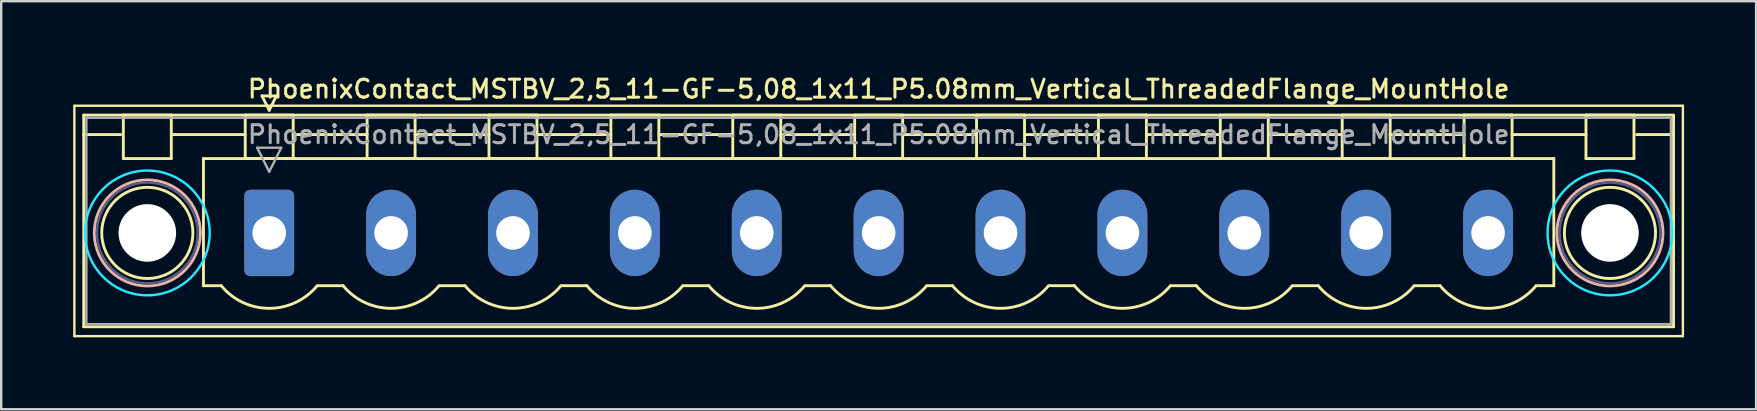
<source format=kicad_pcb>
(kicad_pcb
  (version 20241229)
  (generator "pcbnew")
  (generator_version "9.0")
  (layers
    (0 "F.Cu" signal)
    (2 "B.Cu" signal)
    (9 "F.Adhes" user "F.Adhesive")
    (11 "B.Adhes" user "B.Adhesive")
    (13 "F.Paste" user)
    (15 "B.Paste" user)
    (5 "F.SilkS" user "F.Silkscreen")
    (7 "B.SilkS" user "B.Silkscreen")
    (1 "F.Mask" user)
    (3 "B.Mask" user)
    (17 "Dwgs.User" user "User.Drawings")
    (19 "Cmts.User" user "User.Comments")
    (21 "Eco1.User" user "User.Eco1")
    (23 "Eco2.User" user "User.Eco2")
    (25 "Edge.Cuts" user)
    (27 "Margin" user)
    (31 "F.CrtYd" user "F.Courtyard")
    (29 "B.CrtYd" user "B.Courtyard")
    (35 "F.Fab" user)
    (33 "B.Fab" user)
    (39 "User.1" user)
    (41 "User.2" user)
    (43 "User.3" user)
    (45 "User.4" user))
  (footprint "PhoenixContact_MSTBV_2,5_11-GF-5,08_1x11_P5.08mm_Vertical_ThreadedFlange_MountHole"
    (layer "F.Cu")
    (at 8.17 6.658)
    (property "Reference" "PhoenixContact_MSTBV_2,5_11-GF-5,08_1x11_P5.08mm_Vertical_ThreadedFlange_MountHole" (at 25.4 -6 0) (layer "F.SilkS") (effects (font (size 0.75 0.75) (thickness 0.125))))
    (attr through_hole)
    (fp_line (start -8.12 -5.3) (end -8.12 4.3) (stroke (width 0.1) (type solid)) (layer "F.SilkS"))
    (fp_line (start -8.12 4.3) (end 58.92 4.3) (stroke (width 0.1) (type solid)) (layer "F.SilkS"))
    (fp_line (start -7.73 -4.91) (end -7.73 3.91) (stroke (width 0.12) (type solid)) (layer "F.SilkS"))
    (fp_line (start -7.73 -4.1) (end -6.19 -4.1) (stroke (width 0.12) (type solid)) (layer "F.SilkS"))
    (fp_line (start -7.73 3.91) (end 58.53 3.91) (stroke (width 0.12) (type solid)) (layer "F.SilkS"))
    (fp_line (start -6.08 -4.91) (end -4.08 -4.91) (stroke (width 0.12) (type solid)) (layer "F.SilkS"))
    (fp_line (start -6.08 -3.1) (end -6.08 -4.91) (stroke (width 0.12) (type solid)) (layer "F.SilkS"))
    (fp_line (start -4.08 -4.91) (end -4.08 -3.1) (stroke (width 0.12) (type solid)) (layer "F.SilkS"))
    (fp_line (start -4.08 -4.1) (end -1 -4.1) (stroke (width 0.12) (type solid)) (layer "F.SilkS"))
    (fp_line (start -4.08 -3.1) (end -6.08 -3.1) (stroke (width 0.12) (type solid)) (layer "F.SilkS"))
    (fp_line (start -2.74 -3.1) (end 53.54 -3.1) (stroke (width 0.12) (type solid)) (layer "F.SilkS"))
    (fp_line (start -2.74 2.2) (end -2.74 -3.1) (stroke (width 0.12) (type solid)) (layer "F.SilkS"))
    (fp_line (start -2 2.2) (end -2.74 2.2) (stroke (width 0.12) (type solid)) (layer "F.SilkS"))
    (fp_line (start -1 -4.91) (end 1 -4.91) (stroke (width 0.12) (type solid)) (layer "F.SilkS"))
    (fp_line (start -1 -3.1) (end -1 -4.91) (stroke (width 0.12) (type solid)) (layer "F.SilkS"))
    (fp_line (start -0.3 -5.71) (end 0.3 -5.71) (stroke (width 0.12) (type solid)) (layer "F.SilkS"))
    (fp_line (start 0 -5.11) (end -0.3 -5.71) (stroke (width 0.12) (type solid)) (layer "F.SilkS"))
    (fp_line (start 0.3 -5.71) (end 0 -5.11) (stroke (width 0.12) (type solid)) (layer "F.SilkS"))
    (fp_line (start 1 -4.91) (end 1 -3.1) (stroke (width 0.12) (type solid)) (layer "F.SilkS"))
    (fp_line (start 1 -4.1) (end 4.08 -4.1) (stroke (width 0.12) (type solid)) (layer "F.SilkS"))
    (fp_line (start 1 -3.1) (end -1 -3.1) (stroke (width 0.12) (type solid)) (layer "F.SilkS"))
    (fp_line (start 2 2.2) (end 3.08 2.2) (stroke (width 0.12) (type solid)) (layer "F.SilkS"))
    (fp_line (start 4.08 -4.91) (end 6.08 -4.91) (stroke (width 0.12) (type solid)) (layer "F.SilkS"))
    (fp_line (start 4.08 -3.1) (end 4.08 -4.91) (stroke (width 0.12) (type solid)) (layer "F.SilkS"))
    (fp_line (start 6.08 -4.91) (end 6.08 -3.1) (stroke (width 0.12) (type solid)) (layer "F.SilkS"))
    (fp_line (start 6.08 -4.1) (end 9.16 -4.1) (stroke (width 0.12) (type solid)) (layer "F.SilkS"))
    (fp_line (start 6.08 -3.1) (end 4.08 -3.1) (stroke (width 0.12) (type solid)) (layer "F.SilkS"))
    (fp_line (start 7.08 2.2) (end 8.16 2.2) (stroke (width 0.12) (type solid)) (layer "F.SilkS"))
    (fp_line (start 9.16 -4.91) (end 11.16 -4.91) (stroke (width 0.12) (type solid)) (layer "F.SilkS"))
    (fp_line (start 9.16 -3.1) (end 9.16 -4.91) (stroke (width 0.12) (type solid)) (layer "F.SilkS"))
    (fp_line (start 11.16 -4.91) (end 11.16 -3.1) (stroke (width 0.12) (type solid)) (layer "F.SilkS"))
    (fp_line (start 11.16 -4.1) (end 14.24 -4.1) (stroke (width 0.12) (type solid)) (layer "F.SilkS"))
    (fp_line (start 11.16 -3.1) (end 9.16 -3.1) (stroke (width 0.12) (type solid)) (layer "F.SilkS"))
    (fp_line (start 12.16 2.2) (end 13.24 2.2) (stroke (width 0.12) (type solid)) (layer "F.SilkS"))
    (fp_line (start 14.24 -4.91) (end 16.24 -4.91) (stroke (width 0.12) (type solid)) (layer "F.SilkS"))
    (fp_line (start 14.24 -3.1) (end 14.24 -4.91) (stroke (width 0.12) (type solid)) (layer "F.SilkS"))
    (fp_line (start 16.24 -4.91) (end 16.24 -3.1) (stroke (width 0.12) (type solid)) (layer "F.SilkS"))
    (fp_line (start 16.24 -4.1) (end 19.32 -4.1) (stroke (width 0.12) (type solid)) (layer "F.SilkS"))
    (fp_line (start 16.24 -3.1) (end 14.24 -3.1) (stroke (width 0.12) (type solid)) (layer "F.SilkS"))
    (fp_line (start 17.24 2.2) (end 18.32 2.2) (stroke (width 0.12) (type solid)) (layer "F.SilkS"))
    (fp_line (start 19.32 -4.91) (end 21.32 -4.91) (stroke (width 0.12) (type solid)) (layer "F.SilkS"))
    (fp_line (start 19.32 -3.1) (end 19.32 -4.91) (stroke (width 0.12) (type solid)) (layer "F.SilkS"))
    (fp_line (start 21.32 -4.91) (end 21.32 -3.1) (stroke (width 0.12) (type solid)) (layer "F.SilkS"))
    (fp_line (start 21.32 -4.1) (end 24.4 -4.1) (stroke (width 0.12) (type solid)) (layer "F.SilkS"))
    (fp_line (start 21.32 -3.1) (end 19.32 -3.1) (stroke (width 0.12) (type solid)) (layer "F.SilkS"))
    (fp_line (start 22.32 2.2) (end 23.4 2.2) (stroke (width 0.12) (type solid)) (layer "F.SilkS"))
    (fp_line (start 24.4 -4.91) (end 26.4 -4.91) (stroke (width 0.12) (type solid)) (layer "F.SilkS"))
    (fp_line (start 24.4 -3.1) (end 24.4 -4.91) (stroke (width 0.12) (type solid)) (layer "F.SilkS"))
    (fp_line (start 26.4 -4.91) (end 26.4 -3.1) (stroke (width 0.12) (type solid)) (layer "F.SilkS"))
    (fp_line (start 26.4 -4.1) (end 29.48 -4.1) (stroke (width 0.12) (type solid)) (layer "F.SilkS"))
    (fp_line (start 26.4 -3.1) (end 24.4 -3.1) (stroke (width 0.12) (type solid)) (layer "F.SilkS"))
    (fp_line (start 27.4 2.2) (end 28.48 2.2) (stroke (width 0.12) (type solid)) (layer "F.SilkS"))
    (fp_line (start 29.48 -4.91) (end 31.48 -4.91) (stroke (width 0.12) (type solid)) (layer "F.SilkS"))
    (fp_line (start 29.48 -3.1) (end 29.48 -4.91) (stroke (width 0.12) (type solid)) (layer "F.SilkS"))
    (fp_line (start 31.48 -4.91) (end 31.48 -3.1) (stroke (width 0.12) (type solid)) (layer "F.SilkS"))
    (fp_line (start 31.48 -4.1) (end 34.56 -4.1) (stroke (width 0.12) (type solid)) (layer "F.SilkS"))
    (fp_line (start 31.48 -3.1) (end 29.48 -3.1) (stroke (width 0.12) (type solid)) (layer "F.SilkS"))
    (fp_line (start 32.48 2.2) (end 33.56 2.2) (stroke (width 0.12) (type solid)) (layer "F.SilkS"))
    (fp_line (start 34.56 -4.91) (end 36.56 -4.91) (stroke (width 0.12) (type solid)) (layer "F.SilkS"))
    (fp_line (start 34.56 -3.1) (end 34.56 -4.91) (stroke (width 0.12) (type solid)) (layer "F.SilkS"))
    (fp_line (start 36.56 -4.91) (end 36.56 -3.1) (stroke (width 0.12) (type solid)) (layer "F.SilkS"))
    (fp_line (start 36.56 -4.1) (end 39.64 -4.1) (stroke (width 0.12) (type solid)) (layer "F.SilkS"))
    (fp_line (start 36.56 -3.1) (end 34.56 -3.1) (stroke (width 0.12) (type solid)) (layer "F.SilkS"))
    (fp_line (start 37.56 2.2) (end 38.64 2.2) (stroke (width 0.12) (type solid)) (layer "F.SilkS"))
    (fp_line (start 39.64 -4.91) (end 41.64 -4.91) (stroke (width 0.12) (type solid)) (layer "F.SilkS"))
    (fp_line (start 39.64 -3.1) (end 39.64 -4.91) (stroke (width 0.12) (type solid)) (layer "F.SilkS"))
    (fp_line (start 41.64 -4.91) (end 41.64 -3.1) (stroke (width 0.12) (type solid)) (layer "F.SilkS"))
    (fp_line (start 41.64 -4.1) (end 44.72 -4.1) (stroke (width 0.12) (type solid)) (layer "F.SilkS"))
    (fp_line (start 41.64 -3.1) (end 39.64 -3.1) (stroke (width 0.12) (type solid)) (layer "F.SilkS"))
    (fp_line (start 42.64 2.2) (end 43.72 2.2) (stroke (width 0.12) (type solid)) (layer "F.SilkS"))
    (fp_line (start 44.72 -4.91) (end 46.72 -4.91) (stroke (width 0.12) (type solid)) (layer "F.SilkS"))
    (fp_line (start 44.72 -3.1) (end 44.72 -4.91) (stroke (width 0.12) (type solid)) (layer "F.SilkS"))
    (fp_line (start 46.72 -4.91) (end 46.72 -3.1) (stroke (width 0.12) (type solid)) (layer "F.SilkS"))
    (fp_line (start 46.72 -4.1) (end 49.8 -4.1) (stroke (width 0.12) (type solid)) (layer "F.SilkS"))
    (fp_line (start 46.72 -3.1) (end 44.72 -3.1) (stroke (width 0.12) (type solid)) (layer "F.SilkS"))
    (fp_line (start 47.72 2.2) (end 48.8 2.2) (stroke (width 0.12) (type solid)) (layer "F.SilkS"))
    (fp_line (start 49.8 -4.91) (end 51.8 -4.91) (stroke (width 0.12) (type solid)) (layer "F.SilkS"))
    (fp_line (start 49.8 -3.1) (end 49.8 -4.91) (stroke (width 0.12) (type solid)) (layer "F.SilkS"))
    (fp_line (start 51.8 -4.91) (end 51.8 -3.1) (stroke (width 0.12) (type solid)) (layer "F.SilkS"))
    (fp_line (start 51.8 -4.1) (end 54.88 -4.1) (stroke (width 0.12) (type solid)) (layer "F.SilkS"))
    (fp_line (start 51.8 -3.1) (end 49.8 -3.1) (stroke (width 0.12) (type solid)) (layer "F.SilkS"))
    (fp_line (start 53.54 -3.1) (end 53.54 2.2) (stroke (width 0.12) (type solid)) (layer "F.SilkS"))
    (fp_line (start 53.54 2.2) (end 52.8 2.2) (stroke (width 0.12) (type solid)) (layer "F.SilkS"))
    (fp_line (start 54.88 -4.91) (end 56.88 -4.91) (stroke (width 0.12) (type solid)) (layer "F.SilkS"))
    (fp_line (start 54.88 -3.1) (end 54.88 -4.91) (stroke (width 0.12) (type solid)) (layer "F.SilkS"))
    (fp_line (start 56.88 -4.91) (end 56.88 -3.1) (stroke (width 0.12) (type solid)) (layer "F.SilkS"))
    (fp_line (start 56.88 -3.1) (end 54.88 -3.1) (stroke (width 0.12) (type solid)) (layer "F.SilkS"))
    (fp_line (start 58.53 -4.91) (end -7.73 -4.91) (stroke (width 0.12) (type solid)) (layer "F.SilkS"))
    (fp_line (start 58.53 -4.1) (end 56.99 -4.1) (stroke (width 0.12) (type solid)) (layer "F.SilkS"))
    (fp_line (start 58.53 3.91) (end 58.53 -4.91) (stroke (width 0.12) (type solid)) (layer "F.SilkS"))
    (fp_line (start 58.92 -5.3) (end -8.12 -5.3) (stroke (width 0.1) (type solid)) (layer "F.SilkS"))
    (fp_line (start 58.92 4.3) (end 58.92 -5.3) (stroke (width 0.1) (type solid)) (layer "F.SilkS"))
    (fp_arc (start 1.986842 2.215821) (mid -0.010289 3.142758) (end -2 2.2) (stroke (width 0.12) (type solid)) (layer "F.SilkS"))
    (fp_arc (start 7.066842 2.215821) (mid 5.069711 3.142758) (end 3.08 2.2) (stroke (width 0.12) (type solid)) (layer "F.SilkS"))
    (fp_arc (start 12.146842 2.215821) (mid 10.149711 3.142758) (end 8.16 2.2) (stroke (width 0.12) (type solid)) (layer "F.SilkS"))
    (fp_arc (start 17.226842 2.215821) (mid 15.229711 3.142758) (end 13.24 2.2) (stroke (width 0.12) (type solid)) (layer "F.SilkS"))
    (fp_arc (start 22.306842 2.215821) (mid 20.309711 3.142758) (end 18.32 2.2) (stroke (width 0.12) (type solid)) (layer "F.SilkS"))
    (fp_arc (start 27.386842 2.215821) (mid 25.389711 3.142758) (end 23.4 2.2) (stroke (width 0.12) (type solid)) (layer "F.SilkS"))
    (fp_arc (start 32.466842 2.215821) (mid 30.469711 3.142758) (end 28.48 2.2) (stroke (width 0.12) (type solid)) (layer "F.SilkS"))
    (fp_arc (start 37.546842 2.215821) (mid 35.549711 3.142758) (end 33.56 2.2) (stroke (width 0.12) (type solid)) (layer "F.SilkS"))
    (fp_arc (start 42.626842 2.215821) (mid 40.629711 3.142758) (end 38.64 2.2) (stroke (width 0.12) (type solid)) (layer "F.SilkS"))
    (fp_arc (start 47.706842 2.215821) (mid 45.709711 3.142758) (end 43.72 2.2) (stroke (width 0.12) (type solid)) (layer "F.SilkS"))
    (fp_arc (start 52.786842 2.215821) (mid 50.789711 3.142758) (end 48.8 2.2) (stroke (width 0.12) (type solid)) (layer "F.SilkS"))
    (fp_circle (center -5.08 0) (end -3.18 0) (stroke (width 0.12) (type solid)) (fill no) (layer "F.SilkS"))
    (fp_circle (center 55.88 0) (end 57.78 0) (stroke (width 0.12) (type solid)) (fill no) (layer "F.SilkS"))
    (fp_circle (center -5.08 0) (end -2.87 0) (stroke (width 0.12) (type solid)) (fill no) (layer "B.SilkS"))
    (fp_circle (center 55.88 0) (end 58.09 0) (stroke (width 0.12) (type solid)) (fill no) (layer "B.SilkS"))
    (fp_circle (center -5.08 0) (end -2.48 0) (stroke (width 0.1) (type solid)) (fill no) (layer "B.CrtYd"))
    (fp_circle (center 55.88 0) (end 58.48 0) (stroke (width 0.1) (type solid)) (fill no) (layer "B.CrtYd"))
    (fp_circle (center -5.08 0) (end -2.98 0) (stroke (width 0.1) (type solid)) (fill no) (layer "B.Fab"))
    (fp_circle (center 55.88 0) (end 57.98 0) (stroke (width 0.1) (type solid)) (fill no) (layer "B.Fab"))
    (fp_line (start -7.62 -4.8) (end -7.62 3.8) (stroke (width 0.1) (type solid)) (layer "F.Fab"))
    (fp_line (start -7.62 3.8) (end 58.42 3.8) (stroke (width 0.1) (type solid)) (layer "F.Fab"))
    (fp_line (start -0.5 -3.55) (end 0.5 -3.55) (stroke (width 0.1) (type solid)) (layer "F.Fab"))
    (fp_line (start 0 -2.55) (end -0.5 -3.55) (stroke (width 0.1) (type solid)) (layer "F.Fab"))
    (fp_line (start 0.5 -3.55) (end 0 -2.55) (stroke (width 0.1) (type solid)) (layer "F.Fab"))
    (fp_line (start 58.42 -4.8) (end -7.62 -4.8) (stroke (width 0.1) (type solid)) (layer "F.Fab"))
    (fp_line (start 58.42 3.8) (end 58.42 -4.8) (stroke (width 0.1) (type solid)) (layer "F.Fab"))
    (fp_text user "${REFERENCE}" (at 25.4 -4.1 0) (layer "F.Fab") (effects (font (size 0.75 0.75) (thickness 0.125))))
    (pad "" np_thru_hole circle (at -5.08 0) (size 2.4 2.4) (drill 2.4) (layers "*.Cu" "*.Mask"))
    (pad "" np_thru_hole circle (at 55.88 0) (size 2.4 2.4) (drill 2.4) (layers "*.Cu" "*.Mask"))
    (pad "1" thru_hole roundrect (at 0 0) (size 2.08 3.6) (drill 1.4) (layers "*.Cu" "*.Mask") (roundrect_rratio 0.12))
    (pad "2" thru_hole oval (at 5.08 0) (size 2.08 3.6) (drill 1.4) (layers "*.Cu" "*.Mask"))
    (pad "3" thru_hole oval (at 10.16 0) (size 2.08 3.6) (drill 1.4) (layers "*.Cu" "*.Mask"))
    (pad "4" thru_hole oval (at 15.24 0) (size 2.08 3.6) (drill 1.4) (layers "*.Cu" "*.Mask"))
    (pad "5" thru_hole oval (at 20.32 0) (size 2.08 3.6) (drill 1.4) (layers "*.Cu" "*.Mask"))
    (pad "6" thru_hole oval (at 25.4 0) (size 2.08 3.6) (drill 1.4) (layers "*.Cu" "*.Mask"))
    (pad "7" thru_hole oval (at 30.48 0) (size 2.08 3.6) (drill 1.4) (layers "*.Cu" "*.Mask"))
    (pad "8" thru_hole oval (at 35.56 0) (size 2.08 3.6) (drill 1.4) (layers "*.Cu" "*.Mask"))
    (pad "9" thru_hole oval (at 40.64 0) (size 2.08 3.6) (drill 1.4) (layers "*.Cu" "*.Mask"))
    (pad "10" thru_hole oval (at 45.72 0) (size 2.08 3.6) (drill 1.4) (layers "*.Cu" "*.Mask"))
    (pad "11" thru_hole oval (at 50.8 0) (size 2.08 3.6) (drill 1.4) (layers "*.Cu" "*.Mask")))
  (gr_rect
    (start -3 -3)
    (end 70.14 14.008)
    (stroke (width 0.1) (type default))
    (fill no)
    (layer "Edge.Cuts")))
</source>
